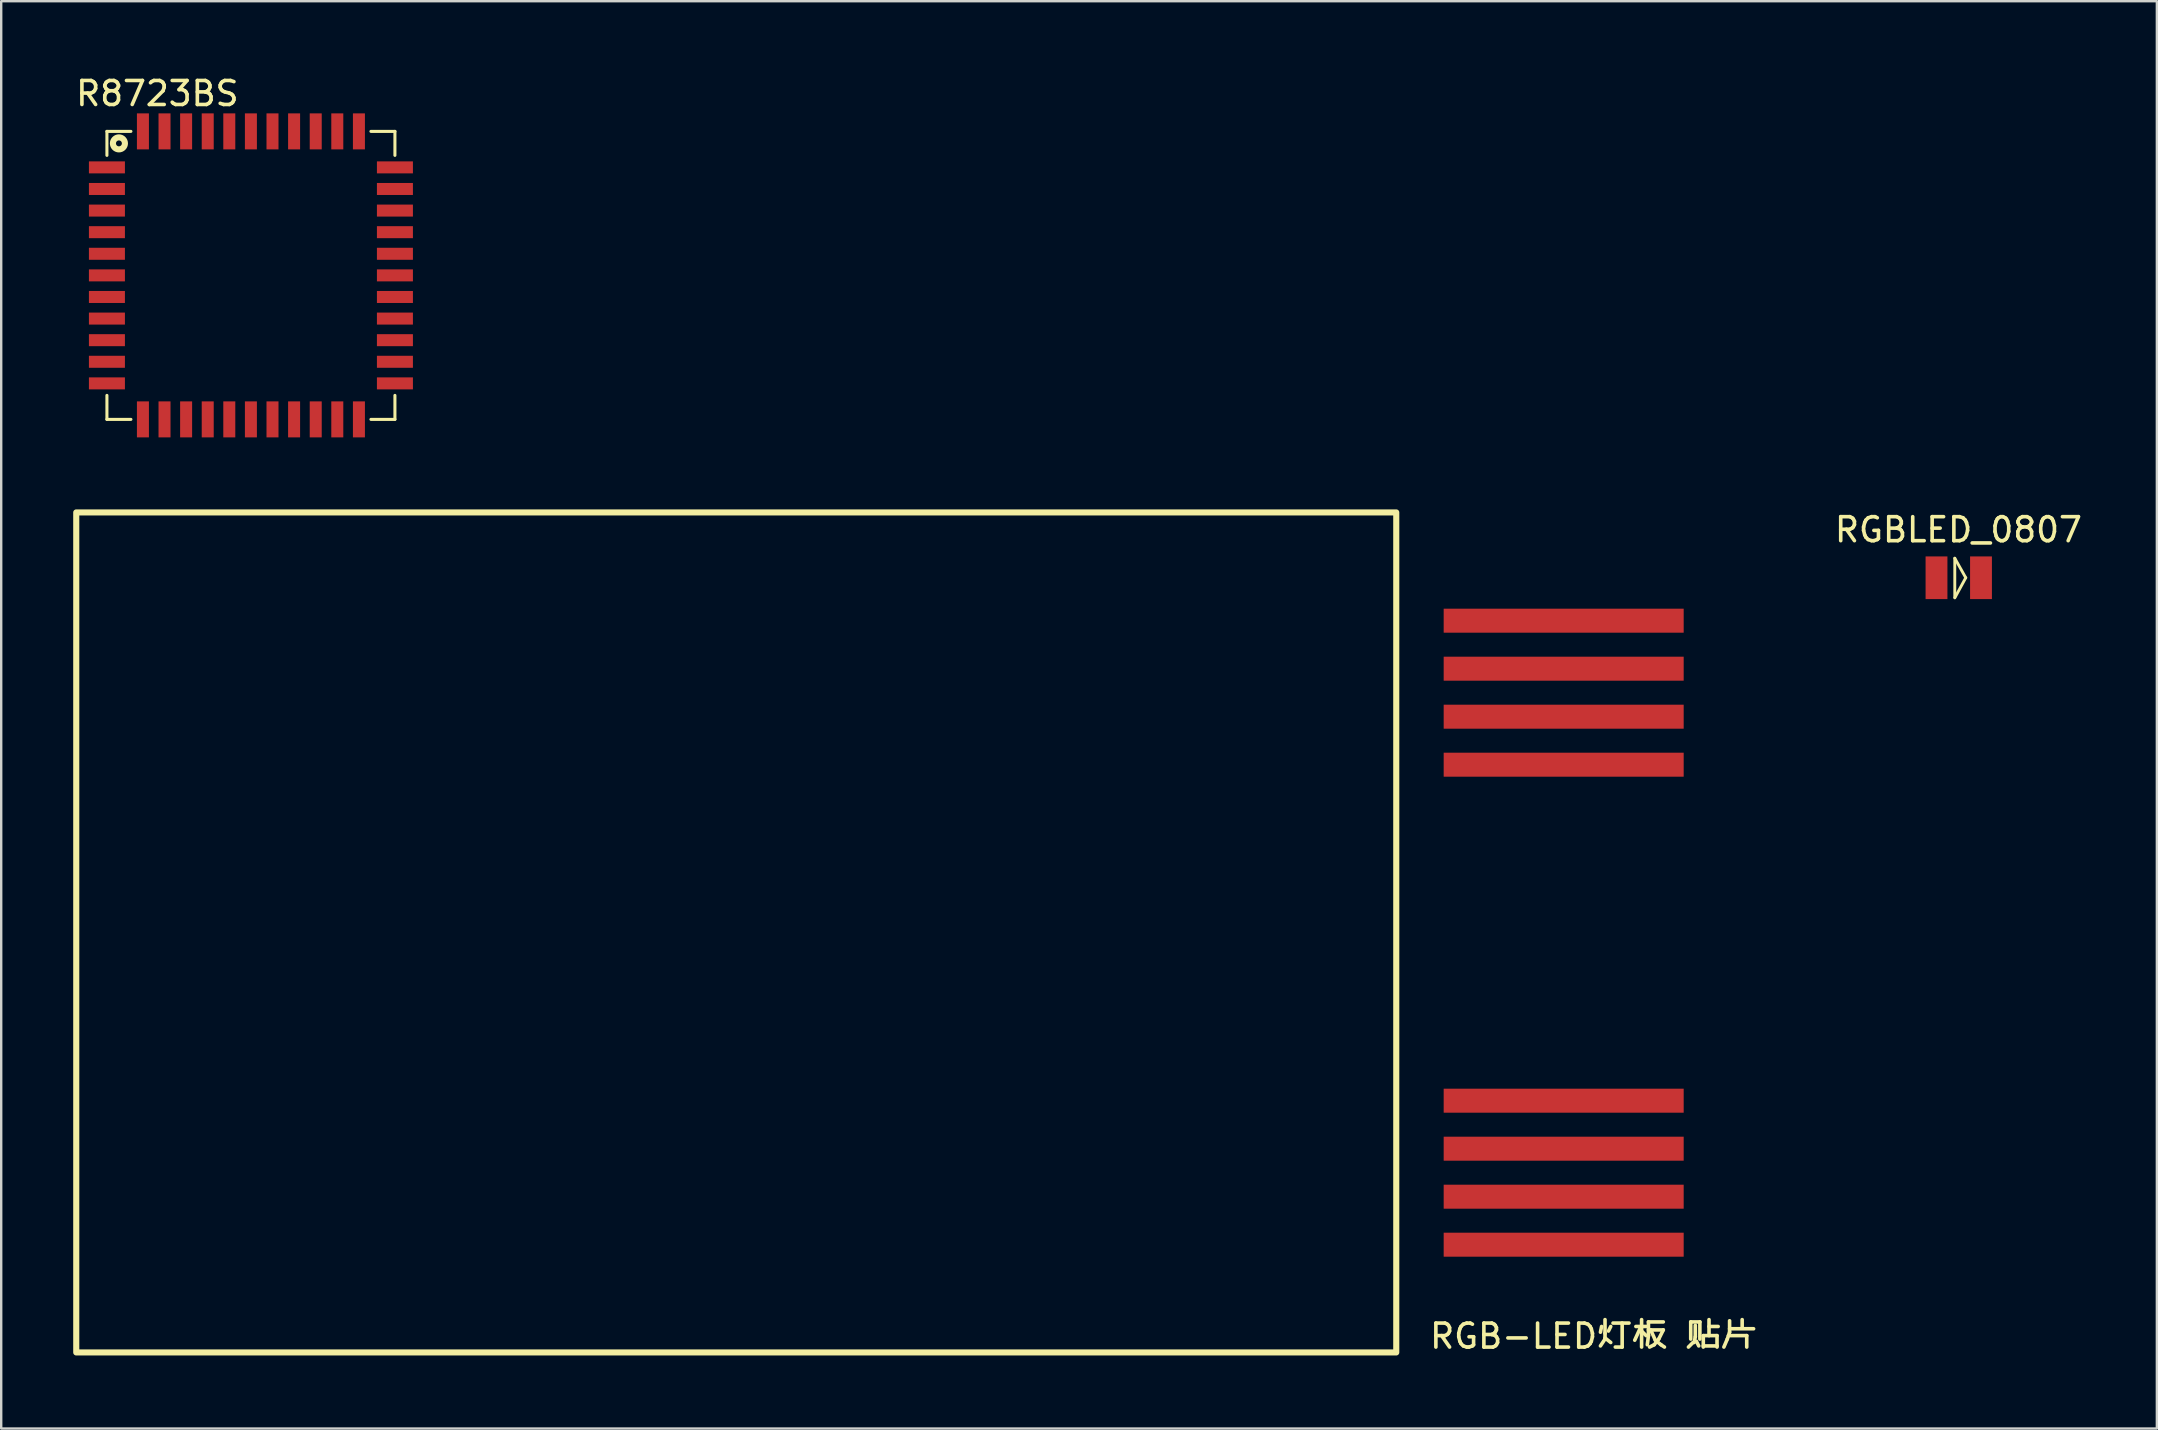
<source format=kicad_pcb>
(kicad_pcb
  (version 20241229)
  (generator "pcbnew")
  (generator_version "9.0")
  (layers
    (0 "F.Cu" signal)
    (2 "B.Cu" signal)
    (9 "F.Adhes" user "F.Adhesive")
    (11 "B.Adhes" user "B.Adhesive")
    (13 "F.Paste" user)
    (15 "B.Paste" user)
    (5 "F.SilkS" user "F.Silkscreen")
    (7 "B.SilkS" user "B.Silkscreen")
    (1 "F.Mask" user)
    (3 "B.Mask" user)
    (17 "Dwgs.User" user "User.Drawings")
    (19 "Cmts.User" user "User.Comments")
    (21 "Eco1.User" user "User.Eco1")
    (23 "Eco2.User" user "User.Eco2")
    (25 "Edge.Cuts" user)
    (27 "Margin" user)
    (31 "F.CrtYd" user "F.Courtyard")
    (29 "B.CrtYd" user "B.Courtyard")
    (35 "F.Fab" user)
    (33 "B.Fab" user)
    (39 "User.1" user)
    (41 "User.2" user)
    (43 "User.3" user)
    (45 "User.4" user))
  (footprint "RGB-LED灯板 贴片"
    (layer "F.Cu")
    (at 61.849 46.622)
    (property "Reference" "RGB-LED灯板 贴片" (at 1.5 6 0) (layer "F.SilkS") (effects (font (size 1 1) (thickness 0.15))))
    (fp_rect (start -61.722 -28.321) (end -6.722 6.679) (stroke (width 0.254) (type default)) (fill no) (layer "F.SilkS"))
    (pad "1" smd rect (at 0.254 -17.81) (size 10 1) (layers "F.Cu" "F.Mask" "F.Paste"))
    (pad "1" smd rect (at 0.254 2.19) (size 10 1) (layers "F.Cu" "F.Mask" "F.Paste"))
    (pad "2" smd rect (at 0.254 -19.81) (size 10 1) (layers "F.Cu" "F.Mask" "F.Paste"))
    (pad "2" smd rect (at 0.254 0.19) (size 10 1) (layers "F.Cu" "F.Mask" "F.Paste"))
    (pad "3" smd rect (at 0.254 -21.81) (size 10 1) (layers "F.Cu" "F.Mask" "F.Paste"))
    (pad "3" smd rect (at 0.254 -1.81) (size 10 1) (layers "F.Cu" "F.Mask" "F.Paste"))
    (pad "4" smd rect (at 0.254 -23.81) (size 10 1) (layers "F.Cu" "F.Mask" "F.Paste"))
    (pad "4" smd rect (at 0.254 -3.81) (size 10 1) (layers "F.Cu" "F.Mask" "F.Paste")))
  (footprint "RGBLED_0807"
    (layer "F.Cu")
    (at 78.551 21.023)
    (property "Reference" "RGBLED_0807" (at 0 -2 0) (layer "F.SilkS") (effects (font (size 1 1) (thickness 0.15))))
    (fp_line (start -0.152 0.813) (end -0.152 -0.813) (stroke (width 0.12) (type default)) (layer "F.SilkS"))
    (fp_line (start -0.152 0.838) (end 0.305 0) (stroke (width 0.12) (type default)) (layer "F.SilkS"))
    (fp_line (start 0.305 0) (end -0.152 -0.813) (stroke (width 0.12) (type default)) (layer "F.SilkS"))
    (pad "1" smd rect (at -0.914 0) (size 0.91 1.778) (layers "F.Cu" "F.Mask" "F.Paste"))
    (pad "2" smd rect (at 0.94 0) (size 0.91 1.778) (layers "F.Cu" "F.Mask" "F.Paste")))
  (footprint "R8723BS"
    (layer "F.Cu")
    (at 7.506 8.348)
    (property "Reference" "R8723BS" (at -4 -7.5 0) (layer "F.SilkS") (effects (font (size 1 1) (thickness 0.15))))
    (fp_line (start -6.101 -5.924) (end -6.101 -4.924) (stroke (width 0.127) (type default)) (layer "F.SilkS"))
    (fp_line (start -6.101 -5.924) (end -5.101 -5.924) (stroke (width 0.127) (type default)) (layer "F.SilkS"))
    (fp_line (start -6.101 5.076) (end -6.101 6.076) (stroke (width 0.127) (type default)) (layer "F.SilkS"))
    (fp_line (start -5.101 6.076) (end -6.101 6.076) (stroke (width 0.127) (type default)) (layer "F.SilkS"))
    (fp_line (start 5.899 -5.924) (end 4.899 -5.924) (stroke (width 0.127) (type default)) (layer "F.SilkS"))
    (fp_line (start 5.899 -5.924) (end 5.899 -4.924) (stroke (width 0.127) (type default)) (layer "F.SilkS"))
    (fp_line (start 5.899 5.076) (end 5.899 6.076) (stroke (width 0.127) (type default)) (layer "F.SilkS"))
    (fp_line (start 5.899 6.076) (end 4.899 6.076) (stroke (width 0.127) (type default)) (layer "F.SilkS"))
    (fp_circle (center -5.601 -5.424) (end -5.351 -5.424) (stroke (width 0.254) (type default)) (fill no) (layer "F.SilkS"))
    (fp_poly (pts (xy -6.101 -5.924) (xy 5.899 -5.924) (xy 5.899 6.076) (xy -6.101 6.076)) (stroke (width 0.1) (type default)) (fill no) (layer "Eco2.User"))
    (pad "1" smd rect (at -6.101 -4.424 90) (size 0.5 1.5) (layers "F.Cu" "F.Mask" "F.Paste"))
    (pad "2" smd rect (at -6.101 -3.524 90) (size 0.5 1.5) (layers "F.Cu" "F.Mask" "F.Paste"))
    (pad "3" smd rect (at -6.101 -2.624 90) (size 0.5 1.5) (layers "F.Cu" "F.Mask" "F.Paste"))
    (pad "4" smd rect (at -6.101 -1.724 90) (size 0.5 1.5) (layers "F.Cu" "F.Mask" "F.Paste"))
    (pad "5" smd rect (at -6.101 -0.824 90) (size 0.5 1.5) (layers "F.Cu" "F.Mask" "F.Paste"))
    (pad "6" smd rect (at -6.101 0.076 90) (size 0.5 1.5) (layers "F.Cu" "F.Mask" "F.Paste"))
    (pad "7" smd rect (at -6.101 0.976 90) (size 0.5 1.5) (layers "F.Cu" "F.Mask" "F.Paste"))
    (pad "8" smd rect (at -6.101 1.876 90) (size 0.5 1.5) (layers "F.Cu" "F.Mask" "F.Paste"))
    (pad "9" smd rect (at -6.101 2.776 90) (size 0.5 1.5) (layers "F.Cu" "F.Mask" "F.Paste"))
    (pad "10" smd rect (at -6.101 3.676 90) (size 0.5 1.5) (layers "F.Cu" "F.Mask" "F.Paste"))
    (pad "11" smd rect (at -6.101 4.576 90) (size 0.5 1.5) (layers "F.Cu" "F.Mask" "F.Paste"))
    (pad "12" smd rect (at -4.601 6.076 180) (size 0.5 1.5) (layers "F.Cu" "F.Mask" "F.Paste"))
    (pad "13" smd rect (at -3.701 6.076 180) (size 0.5 1.5) (layers "F.Cu" "F.Mask" "F.Paste"))
    (pad "14" smd rect (at -2.801 6.076 180) (size 0.5 1.5) (layers "F.Cu" "F.Mask" "F.Paste"))
    (pad "15" smd rect (at -1.901 6.076 180) (size 0.5 1.5) (layers "F.Cu" "F.Mask" "F.Paste"))
    (pad "16" smd rect (at -1.002 6.076 180) (size 0.5 1.5) (layers "F.Cu" "F.Mask" "F.Paste"))
    (pad "17" smd rect (at -0.102 6.076 180) (size 0.5 1.5) (layers "F.Cu" "F.Mask" "F.Paste"))
    (pad "18" smd rect (at 0.798 6.076 180) (size 0.5 1.5) (layers "F.Cu" "F.Mask" "F.Paste"))
    (pad "19" smd rect (at 1.698 6.076 180) (size 0.5 1.5) (layers "F.Cu" "F.Mask" "F.Paste"))
    (pad "20" smd rect (at 2.599 6.076 180) (size 0.5 1.5) (layers "F.Cu" "F.Mask" "F.Paste"))
    (pad "21" smd rect (at 3.498 6.076 180) (size 0.5 1.5) (layers "F.Cu" "F.Mask" "F.Paste"))
    (pad "22" smd rect (at 4.399 6.076 180) (size 0.5 1.5) (layers "F.Cu" "F.Mask" "F.Paste"))
    (pad "23" smd rect (at 5.899 4.576 90) (size 0.5 1.5) (layers "F.Cu" "F.Mask" "F.Paste"))
    (pad "24" smd rect (at 5.899 3.676 90) (size 0.5 1.5) (layers "F.Cu" "F.Mask" "F.Paste"))
    (pad "25" smd rect (at 5.899 2.776 90) (size 0.5 1.5) (layers "F.Cu" "F.Mask" "F.Paste"))
    (pad "26" smd rect (at 5.899 1.876 90) (size 0.5 1.5) (layers "F.Cu" "F.Mask" "F.Paste"))
    (pad "27" smd rect (at 5.899 0.976 90) (size 0.5 1.5) (layers "F.Cu" "F.Mask" "F.Paste"))
    (pad "28" smd rect (at 5.899 0.076 90) (size 0.5 1.5) (layers "F.Cu" "F.Mask" "F.Paste"))
    (pad "29" smd rect (at 5.899 -0.824 90) (size 0.5 1.5) (layers "F.Cu" "F.Mask" "F.Paste"))
    (pad "30" smd rect (at 5.899 -1.724 90) (size 0.5 1.5) (layers "F.Cu" "F.Mask" "F.Paste"))
    (pad "31" smd rect (at 5.899 -2.624 90) (size 0.5 1.5) (layers "F.Cu" "F.Mask" "F.Paste"))
    (pad "32" smd rect (at 5.899 -3.524 90) (size 0.5 1.5) (layers "F.Cu" "F.Mask" "F.Paste"))
    (pad "33" smd rect (at 5.899 -4.424 90) (size 0.5 1.5) (layers "F.Cu" "F.Mask" "F.Paste"))
    (pad "34" smd rect (at 4.399 -5.924 180) (size 0.5 1.5) (layers "F.Cu" "F.Mask" "F.Paste"))
    (pad "35" smd rect (at 3.498 -5.924 180) (size 0.5 1.5) (layers "F.Cu" "F.Mask" "F.Paste"))
    (pad "36" smd rect (at 2.599 -5.924 180) (size 0.5 1.5) (layers "F.Cu" "F.Mask" "F.Paste"))
    (pad "37" smd rect (at 1.698 -5.924 180) (size 0.5 1.5) (layers "F.Cu" "F.Mask" "F.Paste"))
    (pad "38" smd rect (at 0.798 -5.924 180) (size 0.5 1.5) (layers "F.Cu" "F.Mask" "F.Paste"))
    (pad "39" smd rect (at -0.102 -5.924 180) (size 0.5 1.5) (layers "F.Cu" "F.Mask" "F.Paste"))
    (pad "40" smd rect (at -1.002 -5.924 180) (size 0.5 1.5) (layers "F.Cu" "F.Mask" "F.Paste"))
    (pad "41" smd rect (at -1.901 -5.924 180) (size 0.5 1.5) (layers "F.Cu" "F.Mask" "F.Paste"))
    (pad "42" smd rect (at -2.801 -5.924 180) (size 0.5 1.5) (layers "F.Cu" "F.Mask" "F.Paste"))
    (pad "43" smd rect (at -3.701 -5.924 180) (size 0.5 1.5) (layers "F.Cu" "F.Mask" "F.Paste"))
    (pad "44" smd rect (at -4.601 -5.924 180) (size 0.5 1.5) (layers "F.Cu" "F.Mask" "F.Paste")))
  (gr_rect
    (start -3 -3)
    (end 86.819 56.471)
    (stroke (width 0.1) (type default))
    (fill no)
    (layer "Edge.Cuts")))
</source>
